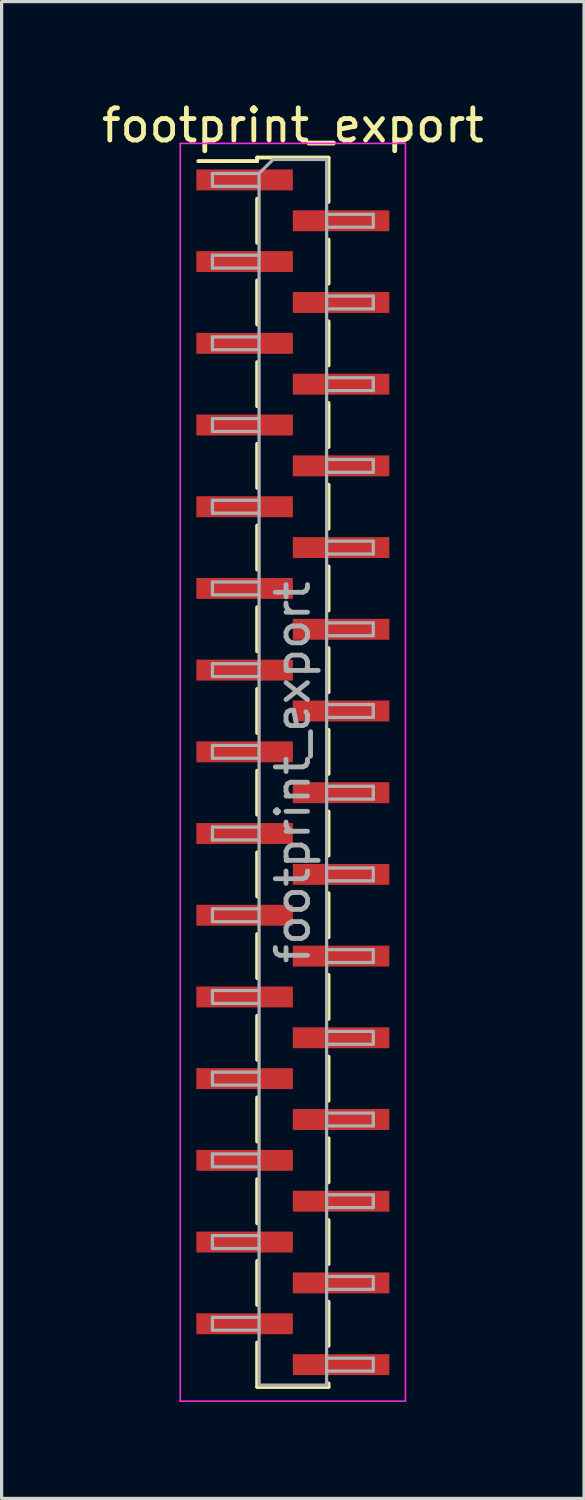
<source format=kicad_pcb>
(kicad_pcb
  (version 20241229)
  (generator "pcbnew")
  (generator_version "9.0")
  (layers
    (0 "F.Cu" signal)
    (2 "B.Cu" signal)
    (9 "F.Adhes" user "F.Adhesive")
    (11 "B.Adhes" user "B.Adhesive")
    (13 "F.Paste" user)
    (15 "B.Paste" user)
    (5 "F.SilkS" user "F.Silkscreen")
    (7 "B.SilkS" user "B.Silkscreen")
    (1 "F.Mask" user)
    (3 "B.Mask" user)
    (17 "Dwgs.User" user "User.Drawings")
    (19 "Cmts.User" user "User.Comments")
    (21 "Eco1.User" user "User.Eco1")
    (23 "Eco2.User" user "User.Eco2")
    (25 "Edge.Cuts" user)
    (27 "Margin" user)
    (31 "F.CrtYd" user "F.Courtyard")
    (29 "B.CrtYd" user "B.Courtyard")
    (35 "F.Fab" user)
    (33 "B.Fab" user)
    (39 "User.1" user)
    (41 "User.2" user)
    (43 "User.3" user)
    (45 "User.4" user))
  (footprint "footprint_export"
    (layer "F.Cu")
    (at 6.054 20.958)
    (property "Reference" "footprint_export" (at 0 -20.11 0) (layer "F.SilkS") (effects (font (size 1 1) (thickness 0.15))))
    (attr smd)
    (fp_line (start -1.11 -19.11) (end -1.11 -19) (stroke (width 0.12) (type solid)) (layer "F.SilkS"))
    (fp_line (start -1.11 -19.11) (end 1.11 -19.11) (stroke (width 0.12) (type solid)) (layer "F.SilkS"))
    (fp_line (start -1.11 -19) (end -2.94 -19) (stroke (width 0.12) (type solid)) (layer "F.SilkS"))
    (fp_line (start -1.11 -17.83) (end -1.11 -16.46) (stroke (width 0.12) (type solid)) (layer "F.SilkS"))
    (fp_line (start -1.11 -15.29) (end -1.11 -13.92) (stroke (width 0.12) (type solid)) (layer "F.SilkS"))
    (fp_line (start -1.11 -12.75) (end -1.11 -11.38) (stroke (width 0.12) (type solid)) (layer "F.SilkS"))
    (fp_line (start -1.11 -10.21) (end -1.11 -8.84) (stroke (width 0.12) (type solid)) (layer "F.SilkS"))
    (fp_line (start -1.11 -7.67) (end -1.11 -6.3) (stroke (width 0.12) (type solid)) (layer "F.SilkS"))
    (fp_line (start -1.11 -5.13) (end -1.11 -3.76) (stroke (width 0.12) (type solid)) (layer "F.SilkS"))
    (fp_line (start -1.11 -2.59) (end -1.11 -1.22) (stroke (width 0.12) (type solid)) (layer "F.SilkS"))
    (fp_line (start -1.11 -0.05) (end -1.11 1.32) (stroke (width 0.12) (type solid)) (layer "F.SilkS"))
    (fp_line (start -1.11 2.49) (end -1.11 3.86) (stroke (width 0.12) (type solid)) (layer "F.SilkS"))
    (fp_line (start -1.11 5.03) (end -1.11 6.4) (stroke (width 0.12) (type solid)) (layer "F.SilkS"))
    (fp_line (start -1.11 7.57) (end -1.11 8.94) (stroke (width 0.12) (type solid)) (layer "F.SilkS"))
    (fp_line (start -1.11 10.11) (end -1.11 11.48) (stroke (width 0.12) (type solid)) (layer "F.SilkS"))
    (fp_line (start -1.11 12.65) (end -1.11 14.02) (stroke (width 0.12) (type solid)) (layer "F.SilkS"))
    (fp_line (start -1.11 15.19) (end -1.11 16.56) (stroke (width 0.12) (type solid)) (layer "F.SilkS"))
    (fp_line (start -1.11 17.73) (end -1.11 19.1) (stroke (width 0.12) (type solid)) (layer "F.SilkS"))
    (fp_line (start -1.11 19.11) (end 1.11 19.11) (stroke (width 0.12) (type solid)) (layer "F.SilkS"))
    (fp_line (start 1.11 -19.1) (end 1.11 -17.73) (stroke (width 0.12) (type solid)) (layer "F.SilkS"))
    (fp_line (start 1.11 -16.56) (end 1.11 -15.19) (stroke (width 0.12) (type solid)) (layer "F.SilkS"))
    (fp_line (start 1.11 -14.02) (end 1.11 -12.65) (stroke (width 0.12) (type solid)) (layer "F.SilkS"))
    (fp_line (start 1.11 -11.48) (end 1.11 -10.11) (stroke (width 0.12) (type solid)) (layer "F.SilkS"))
    (fp_line (start 1.11 -8.94) (end 1.11 -7.57) (stroke (width 0.12) (type solid)) (layer "F.SilkS"))
    (fp_line (start 1.11 -6.4) (end 1.11 -5.03) (stroke (width 0.12) (type solid)) (layer "F.SilkS"))
    (fp_line (start 1.11 -3.86) (end 1.11 -2.49) (stroke (width 0.12) (type solid)) (layer "F.SilkS"))
    (fp_line (start 1.11 -1.32) (end 1.11 0.05) (stroke (width 0.12) (type solid)) (layer "F.SilkS"))
    (fp_line (start 1.11 1.22) (end 1.11 2.59) (stroke (width 0.12) (type solid)) (layer "F.SilkS"))
    (fp_line (start 1.11 3.76) (end 1.11 5.13) (stroke (width 0.12) (type solid)) (layer "F.SilkS"))
    (fp_line (start 1.11 6.3) (end 1.11 7.67) (stroke (width 0.12) (type solid)) (layer "F.SilkS"))
    (fp_line (start 1.11 8.84) (end 1.11 10.21) (stroke (width 0.12) (type solid)) (layer "F.SilkS"))
    (fp_line (start 1.11 11.38) (end 1.11 12.75) (stroke (width 0.12) (type solid)) (layer "F.SilkS"))
    (fp_line (start 1.11 13.92) (end 1.11 15.29) (stroke (width 0.12) (type solid)) (layer "F.SilkS"))
    (fp_line (start 1.11 16.46) (end 1.11 17.83) (stroke (width 0.12) (type solid)) (layer "F.SilkS"))
    (fp_line (start 1.11 19) (end 1.11 19.11) (stroke (width 0.12) (type solid)) (layer "F.SilkS"))
    (fp_line (start -3.5 -19.55) (end -3.5 19.55) (stroke (width 0.05) (type solid)) (layer "F.CrtYd"))
    (fp_line (start -3.5 19.55) (end 3.5 19.55) (stroke (width 0.05) (type solid)) (layer "F.CrtYd"))
    (fp_line (start 3.5 -19.55) (end -3.5 -19.55) (stroke (width 0.05) (type solid)) (layer "F.CrtYd"))
    (fp_line (start 3.5 19.55) (end 3.5 -19.55) (stroke (width 0.05) (type solid)) (layer "F.CrtYd"))
    (fp_line (start -2.5 -18.615) (end -2.5 -18.215) (stroke (width 0.1) (type solid)) (layer "F.Fab"))
    (fp_line (start -2.5 -18.215) (end -1.05 -18.215) (stroke (width 0.1) (type solid)) (layer "F.Fab"))
    (fp_line (start -2.5 -16.075) (end -2.5 -15.675) (stroke (width 0.1) (type solid)) (layer "F.Fab"))
    (fp_line (start -2.5 -15.675) (end -1.05 -15.675) (stroke (width 0.1) (type solid)) (layer "F.Fab"))
    (fp_line (start -2.5 -13.535) (end -2.5 -13.135) (stroke (width 0.1) (type solid)) (layer "F.Fab"))
    (fp_line (start -2.5 -13.135) (end -1.05 -13.135) (stroke (width 0.1) (type solid)) (layer "F.Fab"))
    (fp_line (start -2.5 -10.995) (end -2.5 -10.595) (stroke (width 0.1) (type solid)) (layer "F.Fab"))
    (fp_line (start -2.5 -10.595) (end -1.05 -10.595) (stroke (width 0.1) (type solid)) (layer "F.Fab"))
    (fp_line (start -2.5 -8.455) (end -2.5 -8.055) (stroke (width 0.1) (type solid)) (layer "F.Fab"))
    (fp_line (start -2.5 -8.055) (end -1.05 -8.055) (stroke (width 0.1) (type solid)) (layer "F.Fab"))
    (fp_line (start -2.5 -5.915) (end -2.5 -5.515) (stroke (width 0.1) (type solid)) (layer "F.Fab"))
    (fp_line (start -2.5 -5.515) (end -1.05 -5.515) (stroke (width 0.1) (type solid)) (layer "F.Fab"))
    (fp_line (start -2.5 -3.375) (end -2.5 -2.975) (stroke (width 0.1) (type solid)) (layer "F.Fab"))
    (fp_line (start -2.5 -2.975) (end -1.05 -2.975) (stroke (width 0.1) (type solid)) (layer "F.Fab"))
    (fp_line (start -2.5 -0.835) (end -2.5 -0.435) (stroke (width 0.1) (type solid)) (layer "F.Fab"))
    (fp_line (start -2.5 -0.435) (end -1.05 -0.435) (stroke (width 0.1) (type solid)) (layer "F.Fab"))
    (fp_line (start -2.5 1.705) (end -2.5 2.105) (stroke (width 0.1) (type solid)) (layer "F.Fab"))
    (fp_line (start -2.5 2.105) (end -1.05 2.105) (stroke (width 0.1) (type solid)) (layer "F.Fab"))
    (fp_line (start -2.5 4.245) (end -2.5 4.645) (stroke (width 0.1) (type solid)) (layer "F.Fab"))
    (fp_line (start -2.5 4.645) (end -1.05 4.645) (stroke (width 0.1) (type solid)) (layer "F.Fab"))
    (fp_line (start -2.5 6.785) (end -2.5 7.185) (stroke (width 0.1) (type solid)) (layer "F.Fab"))
    (fp_line (start -2.5 7.185) (end -1.05 7.185) (stroke (width 0.1) (type solid)) (layer "F.Fab"))
    (fp_line (start -2.5 9.325) (end -2.5 9.725) (stroke (width 0.1) (type solid)) (layer "F.Fab"))
    (fp_line (start -2.5 9.725) (end -1.05 9.725) (stroke (width 0.1) (type solid)) (layer "F.Fab"))
    (fp_line (start -2.5 11.865) (end -2.5 12.265) (stroke (width 0.1) (type solid)) (layer "F.Fab"))
    (fp_line (start -2.5 12.265) (end -1.05 12.265) (stroke (width 0.1) (type solid)) (layer "F.Fab"))
    (fp_line (start -2.5 14.405) (end -2.5 14.805) (stroke (width 0.1) (type solid)) (layer "F.Fab"))
    (fp_line (start -2.5 14.805) (end -1.05 14.805) (stroke (width 0.1) (type solid)) (layer "F.Fab"))
    (fp_line (start -2.5 16.945) (end -2.5 17.345) (stroke (width 0.1) (type solid)) (layer "F.Fab"))
    (fp_line (start -2.5 17.345) (end -1.05 17.345) (stroke (width 0.1) (type solid)) (layer "F.Fab"))
    (fp_line (start -1.05 -18.615) (end -2.5 -18.615) (stroke (width 0.1) (type solid)) (layer "F.Fab"))
    (fp_line (start -1.05 -18.615) (end -0.615 -19.05) (stroke (width 0.1) (type solid)) (layer "F.Fab"))
    (fp_line (start -1.05 -16.075) (end -2.5 -16.075) (stroke (width 0.1) (type solid)) (layer "F.Fab"))
    (fp_line (start -1.05 -13.535) (end -2.5 -13.535) (stroke (width 0.1) (type solid)) (layer "F.Fab"))
    (fp_line (start -1.05 -10.995) (end -2.5 -10.995) (stroke (width 0.1) (type solid)) (layer "F.Fab"))
    (fp_line (start -1.05 -8.455) (end -2.5 -8.455) (stroke (width 0.1) (type solid)) (layer "F.Fab"))
    (fp_line (start -1.05 -5.915) (end -2.5 -5.915) (stroke (width 0.1) (type solid)) (layer "F.Fab"))
    (fp_line (start -1.05 -3.375) (end -2.5 -3.375) (stroke (width 0.1) (type solid)) (layer "F.Fab"))
    (fp_line (start -1.05 -0.835) (end -2.5 -0.835) (stroke (width 0.1) (type solid)) (layer "F.Fab"))
    (fp_line (start -1.05 1.705) (end -2.5 1.705) (stroke (width 0.1) (type solid)) (layer "F.Fab"))
    (fp_line (start -1.05 4.245) (end -2.5 4.245) (stroke (width 0.1) (type solid)) (layer "F.Fab"))
    (fp_line (start -1.05 6.785) (end -2.5 6.785) (stroke (width 0.1) (type solid)) (layer "F.Fab"))
    (fp_line (start -1.05 9.325) (end -2.5 9.325) (stroke (width 0.1) (type solid)) (layer "F.Fab"))
    (fp_line (start -1.05 11.865) (end -2.5 11.865) (stroke (width 0.1) (type solid)) (layer "F.Fab"))
    (fp_line (start -1.05 14.405) (end -2.5 14.405) (stroke (width 0.1) (type solid)) (layer "F.Fab"))
    (fp_line (start -1.05 16.945) (end -2.5 16.945) (stroke (width 0.1) (type solid)) (layer "F.Fab"))
    (fp_line (start -1.05 19.05) (end -1.05 -18.615) (stroke (width 0.1) (type solid)) (layer "F.Fab"))
    (fp_line (start -0.615 -19.05) (end 1.05 -19.05) (stroke (width 0.1) (type solid)) (layer "F.Fab"))
    (fp_line (start 1.05 -19.05) (end 1.05 19.05) (stroke (width 0.1) (type solid)) (layer "F.Fab"))
    (fp_line (start 1.05 -17.345) (end 2.5 -17.345) (stroke (width 0.1) (type solid)) (layer "F.Fab"))
    (fp_line (start 1.05 -14.805) (end 2.5 -14.805) (stroke (width 0.1) (type solid)) (layer "F.Fab"))
    (fp_line (start 1.05 -12.265) (end 2.5 -12.265) (stroke (width 0.1) (type solid)) (layer "F.Fab"))
    (fp_line (start 1.05 -9.725) (end 2.5 -9.725) (stroke (width 0.1) (type solid)) (layer "F.Fab"))
    (fp_line (start 1.05 -7.185) (end 2.5 -7.185) (stroke (width 0.1) (type solid)) (layer "F.Fab"))
    (fp_line (start 1.05 -4.645) (end 2.5 -4.645) (stroke (width 0.1) (type solid)) (layer "F.Fab"))
    (fp_line (start 1.05 -2.105) (end 2.5 -2.105) (stroke (width 0.1) (type solid)) (layer "F.Fab"))
    (fp_line (start 1.05 0.435) (end 2.5 0.435) (stroke (width 0.1) (type solid)) (layer "F.Fab"))
    (fp_line (start 1.05 2.975) (end 2.5 2.975) (stroke (width 0.1) (type solid)) (layer "F.Fab"))
    (fp_line (start 1.05 5.515) (end 2.5 5.515) (stroke (width 0.1) (type solid)) (layer "F.Fab"))
    (fp_line (start 1.05 8.055) (end 2.5 8.055) (stroke (width 0.1) (type solid)) (layer "F.Fab"))
    (fp_line (start 1.05 10.595) (end 2.5 10.595) (stroke (width 0.1) (type solid)) (layer "F.Fab"))
    (fp_line (start 1.05 13.135) (end 2.5 13.135) (stroke (width 0.1) (type solid)) (layer "F.Fab"))
    (fp_line (start 1.05 15.675) (end 2.5 15.675) (stroke (width 0.1) (type solid)) (layer "F.Fab"))
    (fp_line (start 1.05 18.215) (end 2.5 18.215) (stroke (width 0.1) (type solid)) (layer "F.Fab"))
    (fp_line (start 1.05 19.05) (end -1.05 19.05) (stroke (width 0.1) (type solid)) (layer "F.Fab"))
    (fp_line (start 2.5 -17.345) (end 2.5 -16.945) (stroke (width 0.1) (type solid)) (layer "F.Fab"))
    (fp_line (start 2.5 -16.945) (end 1.05 -16.945) (stroke (width 0.1) (type solid)) (layer "F.Fab"))
    (fp_line (start 2.5 -14.805) (end 2.5 -14.405) (stroke (width 0.1) (type solid)) (layer "F.Fab"))
    (fp_line (start 2.5 -14.405) (end 1.05 -14.405) (stroke (width 0.1) (type solid)) (layer "F.Fab"))
    (fp_line (start 2.5 -12.265) (end 2.5 -11.865) (stroke (width 0.1) (type solid)) (layer "F.Fab"))
    (fp_line (start 2.5 -11.865) (end 1.05 -11.865) (stroke (width 0.1) (type solid)) (layer "F.Fab"))
    (fp_line (start 2.5 -9.725) (end 2.5 -9.325) (stroke (width 0.1) (type solid)) (layer "F.Fab"))
    (fp_line (start 2.5 -9.325) (end 1.05 -9.325) (stroke (width 0.1) (type solid)) (layer "F.Fab"))
    (fp_line (start 2.5 -7.185) (end 2.5 -6.785) (stroke (width 0.1) (type solid)) (layer "F.Fab"))
    (fp_line (start 2.5 -6.785) (end 1.05 -6.785) (stroke (width 0.1) (type solid)) (layer "F.Fab"))
    (fp_line (start 2.5 -4.645) (end 2.5 -4.245) (stroke (width 0.1) (type solid)) (layer "F.Fab"))
    (fp_line (start 2.5 -4.245) (end 1.05 -4.245) (stroke (width 0.1) (type solid)) (layer "F.Fab"))
    (fp_line (start 2.5 -2.105) (end 2.5 -1.705) (stroke (width 0.1) (type solid)) (layer "F.Fab"))
    (fp_line (start 2.5 -1.705) (end 1.05 -1.705) (stroke (width 0.1) (type solid)) (layer "F.Fab"))
    (fp_line (start 2.5 0.435) (end 2.5 0.835) (stroke (width 0.1) (type solid)) (layer "F.Fab"))
    (fp_line (start 2.5 0.835) (end 1.05 0.835) (stroke (width 0.1) (type solid)) (layer "F.Fab"))
    (fp_line (start 2.5 2.975) (end 2.5 3.375) (stroke (width 0.1) (type solid)) (layer "F.Fab"))
    (fp_line (start 2.5 3.375) (end 1.05 3.375) (stroke (width 0.1) (type solid)) (layer "F.Fab"))
    (fp_line (start 2.5 5.515) (end 2.5 5.915) (stroke (width 0.1) (type solid)) (layer "F.Fab"))
    (fp_line (start 2.5 5.915) (end 1.05 5.915) (stroke (width 0.1) (type solid)) (layer "F.Fab"))
    (fp_line (start 2.5 8.055) (end 2.5 8.455) (stroke (width 0.1) (type solid)) (layer "F.Fab"))
    (fp_line (start 2.5 8.455) (end 1.05 8.455) (stroke (width 0.1) (type solid)) (layer "F.Fab"))
    (fp_line (start 2.5 10.595) (end 2.5 10.995) (stroke (width 0.1) (type solid)) (layer "F.Fab"))
    (fp_line (start 2.5 10.995) (end 1.05 10.995) (stroke (width 0.1) (type solid)) (layer "F.Fab"))
    (fp_line (start 2.5 13.135) (end 2.5 13.535) (stroke (width 0.1) (type solid)) (layer "F.Fab"))
    (fp_line (start 2.5 13.535) (end 1.05 13.535) (stroke (width 0.1) (type solid)) (layer "F.Fab"))
    (fp_line (start 2.5 15.675) (end 2.5 16.075) (stroke (width 0.1) (type solid)) (layer "F.Fab"))
    (fp_line (start 2.5 16.075) (end 1.05 16.075) (stroke (width 0.1) (type solid)) (layer "F.Fab"))
    (fp_line (start 2.5 18.215) (end 2.5 18.615) (stroke (width 0.1) (type solid)) (layer "F.Fab"))
    (fp_line (start 2.5 18.615) (end 1.05 18.615) (stroke (width 0.1) (type solid)) (layer "F.Fab"))
    (fp_text user "${REFERENCE}" (at 0 0 90) (layer "F.Fab") (effects (font (size 1 1) (thickness 0.15))))
    (pad "1" smd rect (at -1.5 -18.415) (size 3 0.65) (layers "F.Cu" "F.Mask" "F.Paste"))
    (pad "2" smd rect (at 1.5 -17.145) (size 3 0.65) (layers "F.Cu" "F.Mask" "F.Paste"))
    (pad "3" smd rect (at -1.5 -15.875) (size 3 0.65) (layers "F.Cu" "F.Mask" "F.Paste"))
    (pad "4" smd rect (at 1.5 -14.605) (size 3 0.65) (layers "F.Cu" "F.Mask" "F.Paste"))
    (pad "5" smd rect (at -1.5 -13.335) (size 3 0.65) (layers "F.Cu" "F.Mask" "F.Paste"))
    (pad "6" smd rect (at 1.5 -12.065) (size 3 0.65) (layers "F.Cu" "F.Mask" "F.Paste"))
    (pad "7" smd rect (at -1.5 -10.795) (size 3 0.65) (layers "F.Cu" "F.Mask" "F.Paste"))
    (pad "8" smd rect (at 1.5 -9.525) (size 3 0.65) (layers "F.Cu" "F.Mask" "F.Paste"))
    (pad "9" smd rect (at -1.5 -8.255) (size 3 0.65) (layers "F.Cu" "F.Mask" "F.Paste"))
    (pad "10" smd rect (at 1.5 -6.985) (size 3 0.65) (layers "F.Cu" "F.Mask" "F.Paste"))
    (pad "11" smd rect (at -1.5 -5.715) (size 3 0.65) (layers "F.Cu" "F.Mask" "F.Paste"))
    (pad "12" smd rect (at 1.5 -4.445) (size 3 0.65) (layers "F.Cu" "F.Mask" "F.Paste"))
    (pad "13" smd rect (at -1.5 -3.175) (size 3 0.65) (layers "F.Cu" "F.Mask" "F.Paste"))
    (pad "14" smd rect (at 1.5 -1.905) (size 3 0.65) (layers "F.Cu" "F.Mask" "F.Paste"))
    (pad "15" smd rect (at -1.5 -0.635) (size 3 0.65) (layers "F.Cu" "F.Mask" "F.Paste"))
    (pad "16" smd rect (at 1.5 0.635) (size 3 0.65) (layers "F.Cu" "F.Mask" "F.Paste"))
    (pad "17" smd rect (at -1.5 1.905) (size 3 0.65) (layers "F.Cu" "F.Mask" "F.Paste"))
    (pad "18" smd rect (at 1.5 3.175) (size 3 0.65) (layers "F.Cu" "F.Mask" "F.Paste"))
    (pad "19" smd rect (at -1.5 4.445) (size 3 0.65) (layers "F.Cu" "F.Mask" "F.Paste"))
    (pad "20" smd rect (at 1.5 5.715) (size 3 0.65) (layers "F.Cu" "F.Mask" "F.Paste"))
    (pad "21" smd rect (at -1.5 6.985) (size 3 0.65) (layers "F.Cu" "F.Mask" "F.Paste"))
    (pad "22" smd rect (at 1.5 8.255) (size 3 0.65) (layers "F.Cu" "F.Mask" "F.Paste"))
    (pad "23" smd rect (at -1.5 9.525) (size 3 0.65) (layers "F.Cu" "F.Mask" "F.Paste"))
    (pad "24" smd rect (at 1.5 10.795) (size 3 0.65) (layers "F.Cu" "F.Mask" "F.Paste"))
    (pad "25" smd rect (at -1.5 12.065) (size 3 0.65) (layers "F.Cu" "F.Mask" "F.Paste"))
    (pad "26" smd rect (at 1.5 13.335) (size 3 0.65) (layers "F.Cu" "F.Mask" "F.Paste"))
    (pad "27" smd rect (at -1.5 14.605) (size 3 0.65) (layers "F.Cu" "F.Mask" "F.Paste"))
    (pad "28" smd rect (at 1.5 15.875) (size 3 0.65) (layers "F.Cu" "F.Mask" "F.Paste"))
    (pad "29" smd rect (at -1.5 17.145) (size 3 0.65) (layers "F.Cu" "F.Mask" "F.Paste"))
    (pad "30" smd rect (at 1.5 18.415) (size 3 0.65) (layers "F.Cu" "F.Mask" "F.Paste")))
  (gr_rect
    (start -3 -3)
    (end 15.107 43.533)
    (stroke (width 0.1) (type default))
    (fill no)
    (layer "Edge.Cuts")))
</source>
